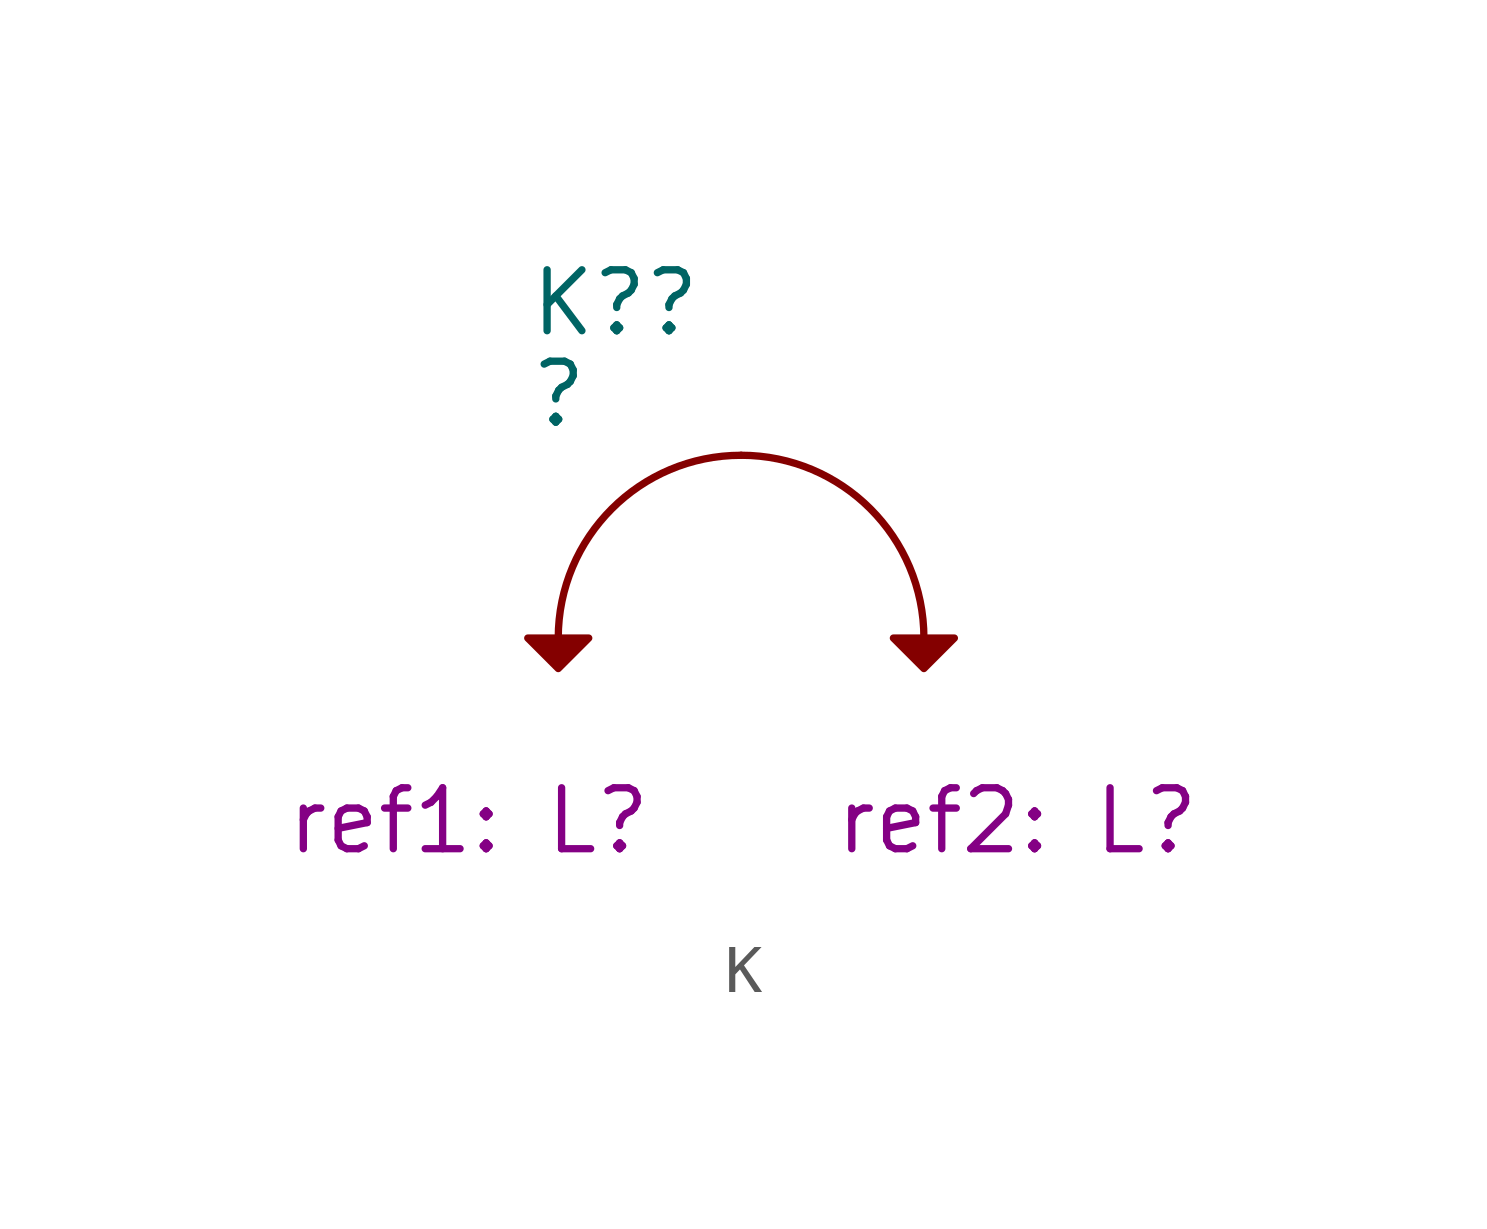
<source format=kicad_sym>
(kicad_symbol_lib
  (version 20241209)
  (generator "kicad_symbol_editor")
  (generator_version "9.0")
  (symbol "K"
    (pin_numbers
      (hide yes))
    (pin_names
      (offset 0)
      (hide yes))
    (property "Reference" "K?"
      (at -4.445 7.62 0)
      (effects (font (size 1.27 1.27)) (justify left)))
    (property "Value" "?"
      (at -4.445 5.715 0)
      (effects (font (size 1.27 1.27)) (justify left)))
    (property "ref1" "L?"
      (at -9.525 -3.175 0)
      (show_name)
      (effects (font (size 1.27 1.27)) (justify left)))
    (property "ref2" "L?"
      (at 1.905 -3.175 0)
      (show_name)
      (effects (font (size 1.27 1.27)) (justify left)))
    (symbol "K_0_1"
      (polyline (pts (xy -3.81 0) (xy -3.175 0.635) (xy -4.445 0.635) (xy -3.81 0)) (stroke (width 0) (type solid)) (fill (type outline)))
      (arc (start -3.81 0.635) (mid -2.6941 3.3291) (end 0 4.445) (stroke (width 0) (type default)) (fill (type none)))
      (arc (start 0 4.445) (mid 2.6941 3.3291) (end 3.81 0.635) (stroke (width 0) (type default)) (fill (type none)))
      (polyline (pts (xy 3.81 0) (xy 3.175 0.635) (xy 4.445 0.635) (xy 3.81 0)) (stroke (width 0) (type solid)) (fill (type outline))))))
</source>
